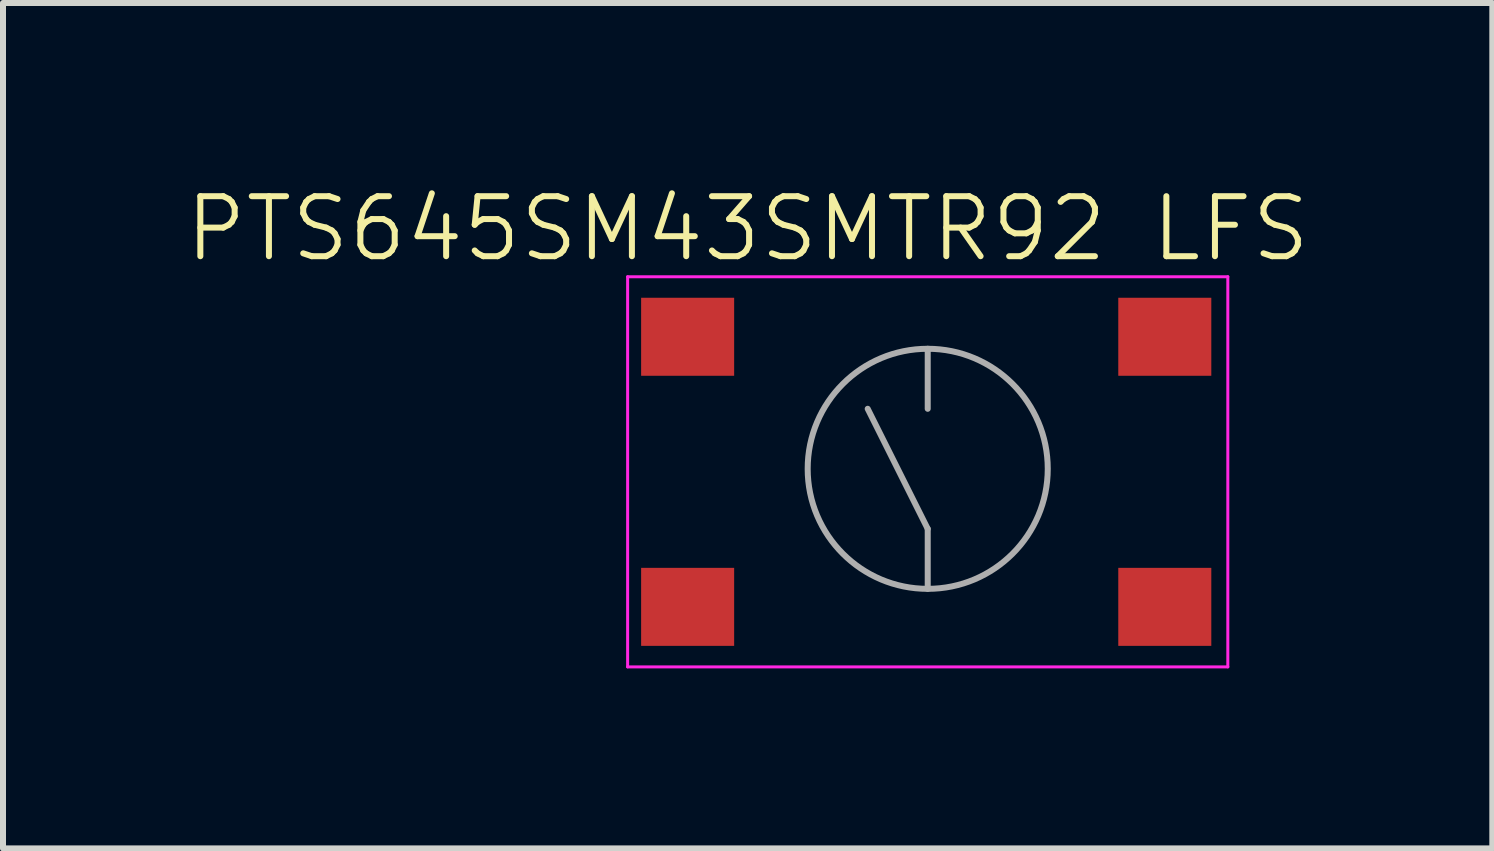
<source format=kicad_pcb>
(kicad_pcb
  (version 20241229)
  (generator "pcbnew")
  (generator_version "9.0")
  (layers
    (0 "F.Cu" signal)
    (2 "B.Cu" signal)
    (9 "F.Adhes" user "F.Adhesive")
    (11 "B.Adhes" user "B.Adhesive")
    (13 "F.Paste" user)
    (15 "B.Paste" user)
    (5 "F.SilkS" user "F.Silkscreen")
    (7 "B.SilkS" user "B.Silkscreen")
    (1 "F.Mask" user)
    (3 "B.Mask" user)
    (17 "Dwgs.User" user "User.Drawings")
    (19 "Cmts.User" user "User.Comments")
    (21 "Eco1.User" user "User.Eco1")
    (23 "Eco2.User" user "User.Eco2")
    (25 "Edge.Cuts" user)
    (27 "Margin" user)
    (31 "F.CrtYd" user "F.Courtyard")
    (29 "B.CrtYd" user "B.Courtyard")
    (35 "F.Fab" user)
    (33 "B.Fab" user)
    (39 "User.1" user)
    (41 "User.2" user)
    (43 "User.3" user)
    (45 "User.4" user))
  (footprint "PTS645SM43SMTR92 LFS"
    (layer "F.Cu")
    (at 12.407 4.761)
    (property "Reference" "PTS645SM43SMTR92 LFS" (at -3 -4 0) (unlocked yes) (layer "F.SilkS") (effects (font (size 1 1) (thickness 0.1))))
    (attr smd)
    (fp_line (start -5 -3.2) (end 5 -3.2) (stroke (width 0.05) (type default)) (layer "F.CrtYd"))
    (fp_line (start -5 3.3) (end -5 -3.2) (stroke (width 0.05) (type default)) (layer "F.CrtYd"))
    (fp_line (start 5 -3.2) (end 5 3.3) (stroke (width 0.05) (type default)) (layer "F.CrtYd"))
    (fp_line (start 5 3.3) (end -5 3.3) (stroke (width 0.05) (type default)) (layer "F.CrtYd"))
    (fp_line (start 0 -1) (end 0 -2) (stroke (width 0.1) (type default)) (layer "F.Fab"))
    (fp_line (start 0 1) (end -1 -1) (stroke (width 0.1) (type default)) (layer "F.Fab"))
    (fp_line (start 0 2) (end 0 1) (stroke (width 0.1) (type default)) (layer "F.Fab"))
    (fp_circle (center 0 0) (end 2 0) (stroke (width 0.1) (type default)) (fill no) (layer "F.Fab"))
    (pad "1" smd rect (at -4 -2.2) (size 1.55 1.3) (layers "F.Cu" "F.Mask" "F.Paste"))
    (pad "2" smd rect (at 3.95 -2.2) (size 1.55 1.3) (layers "F.Cu" "F.Mask" "F.Paste"))
    (pad "3" smd rect (at -4 2.3) (size 1.55 1.3) (layers "F.Cu" "F.Mask" "F.Paste"))
    (pad "4" smd rect (at 3.95 2.3) (size 1.55 1.3) (layers "F.Cu" "F.Mask" "F.Paste")))
  (gr_rect
    (start -3 -3)
    (end 21.814 11.085)
    (stroke (width 0.1) (type default))
    (fill no)
    (layer "Edge.Cuts")))
</source>
